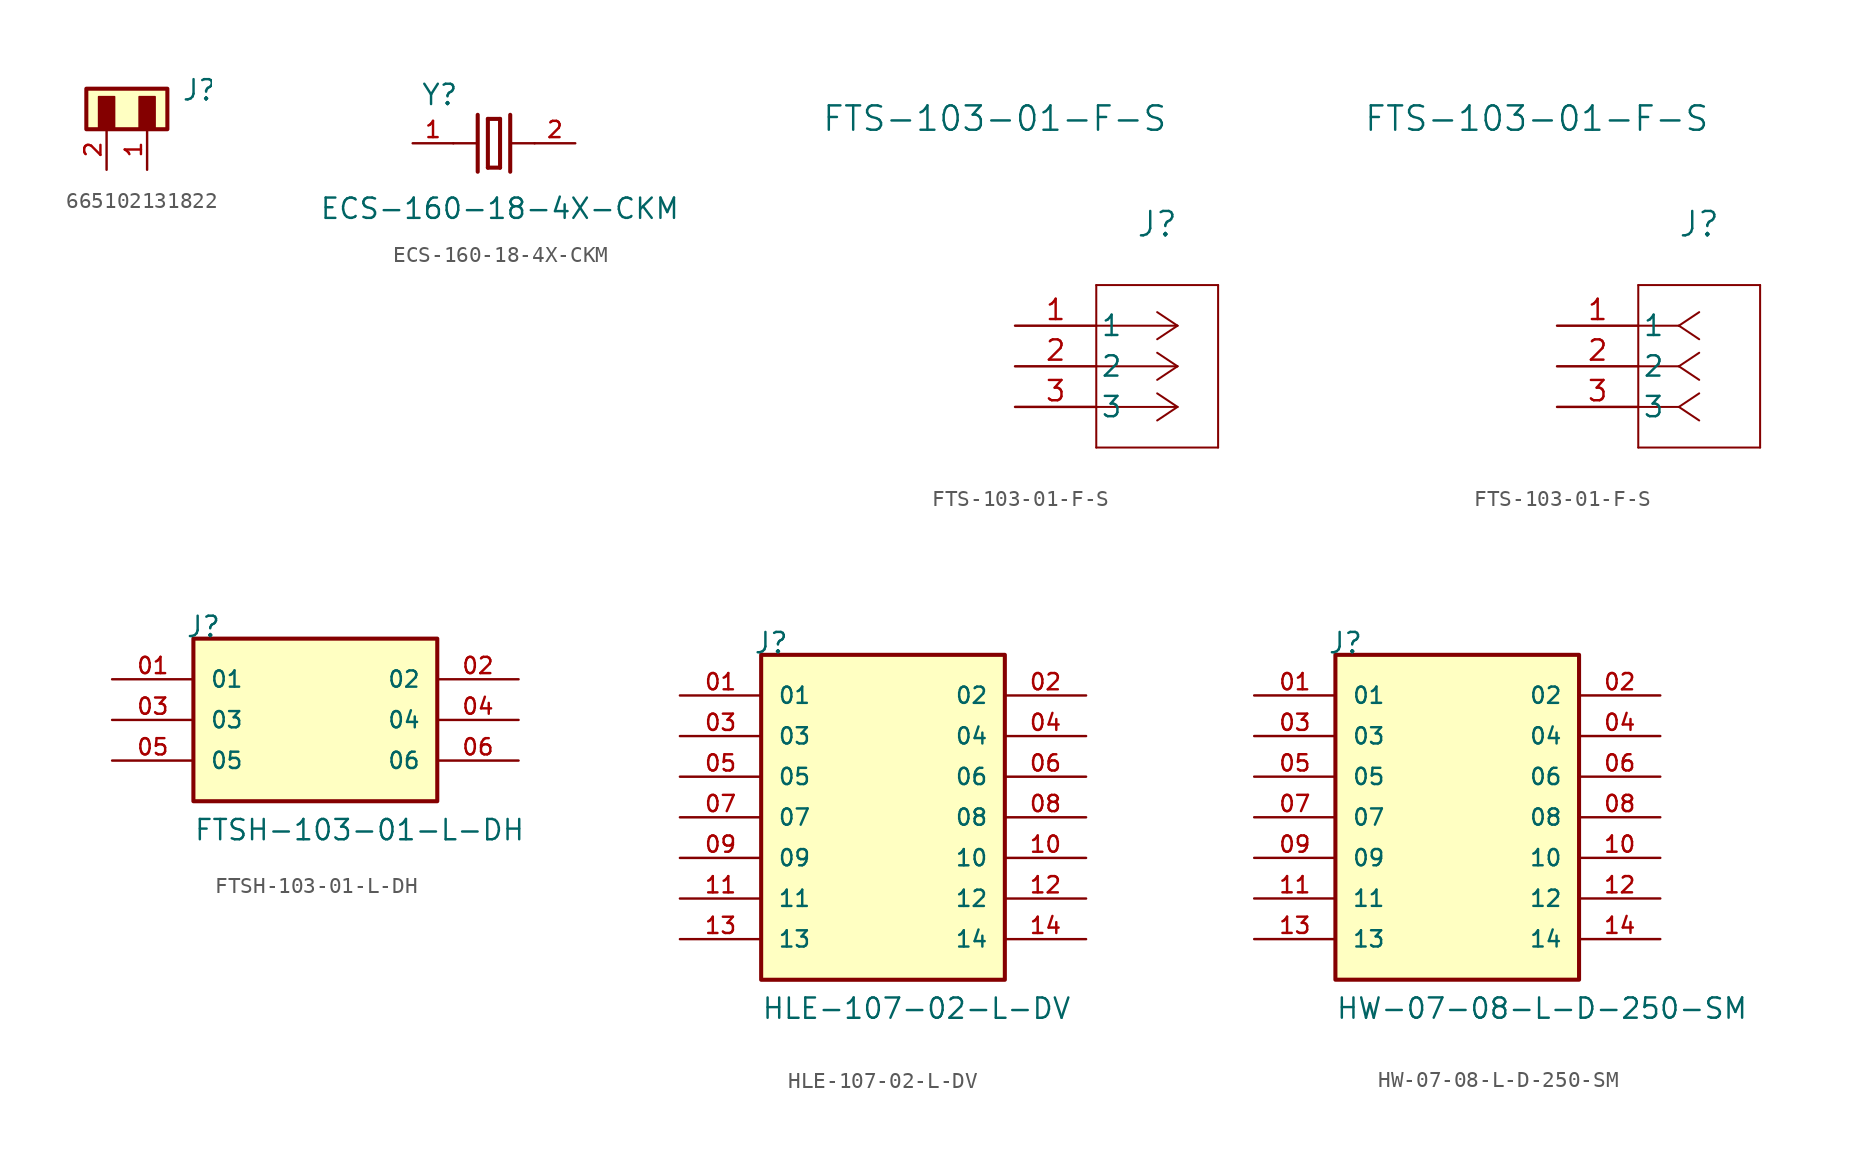
<source format=kicad_sym>
(kicad_symbol_lib
  (version 20231120)
  (generator "kicad_symbol_editor")
  (generator_version "8.0")
  (symbol "665102131822"
    (pin_names
      (offset 1.016))
    (property "Reference" "J"
      (at 2.146 -0.832 0)
      (effects (font (size 1.27 1.27)) (justify left bottom)))
    (symbol "665102131822_0_0"
      (rectangle (start -3.81 -2.54) (end 1.27 0) (stroke (width 0.254) (type default)) (fill (type background)))
      (rectangle (start -3.04 -2.5) (end -2.04 -0.5) (stroke (width 0.1) (type default)) (fill (type outline)))
      (rectangle (start -0.5 -2.5) (end 0.5 -0.5) (stroke (width 0.1) (type default)) (fill (type outline)))
      (pin passive line (at 0 -5.08 90) (length 2.54) (name "~" (effects (font (size 1.016 1.016)))) (number "1" (effects (font (size 1.016 1.016)))))
      (pin passive line (at -2.54 -5.08 90) (length 2.54) (name "~" (effects (font (size 1.016 1.016)))) (number "2" (effects (font (size 1.016 1.016)))))))
  (symbol "ECS-160-18-4X-CKM"
    (pin_names
      (offset 1.016))
    (property "Reference" "Y"
      (at -4.577 2.288 0)
      (effects (font (size 1.27 1.27)) (justify left bottom)))
    (property "Value" "ECS-160-18-4X-CKM"
      (at -10.922 -4.826 0)
      (effects (font (size 1.27 1.27)) (justify left bottom)))
    (symbol "ECS-160-18-4X-CKM_0_0"
      (polyline (pts (xy -2.54 0) (xy -1.016 0)) (stroke (width 0.152) (type default)) (fill (type none)))
      (polyline (pts (xy -1.016 1.778) (xy -1.016 -1.778)) (stroke (width 0.254) (type default)) (fill (type none)))
      (polyline (pts (xy -0.381 -1.524) (xy 0.381 -1.524)) (stroke (width 0.254) (type default)) (fill (type none)))
      (polyline (pts (xy -0.381 1.524) (xy -0.381 -1.524)) (stroke (width 0.254) (type default)) (fill (type none)))
      (polyline (pts (xy 0.381 -1.524) (xy 0.381 1.524)) (stroke (width 0.254) (type default)) (fill (type none)))
      (polyline (pts (xy 0.381 1.524) (xy -0.381 1.524)) (stroke (width 0.254) (type default)) (fill (type none)))
      (polyline (pts (xy 1.016 0) (xy 2.54 0)) (stroke (width 0.152) (type default)) (fill (type none)))
      (polyline (pts (xy 1.016 1.778) (xy 1.016 -1.778)) (stroke (width 0.254) (type default)) (fill (type none)))
      (pin passive line (at -5.08 0 0) (length 2.54) (name "~" (effects (font (size 1.016 1.016)))) (number "1" (effects (font (size 1.016 1.016)))))
      (pin passive line (at 5.08 0 180) (length 2.54) (name "~" (effects (font (size 1.016 1.016)))) (number "2" (effects (font (size 1.016 1.016)))))))
  (symbol "FTS-103-01-F-S"
    (pin_names
      (offset 0.254))
    (property "Reference" "J"
      (at 8.89 6.35 0)
      (effects (font (size 1.524 1.524))))
    (property "Value" "FTS-103-01-F-S"
      (at -1.27 12.954 0)
      (effects (font (size 1.524 1.524))))
    (symbol "FTS-103-01-F-S_1_1"
      (polyline (pts (xy 5.08 -7.62) (xy 12.7 -7.62)) (stroke (width 0.127) (type default)) (fill (type none)))
      (polyline (pts (xy 5.08 2.54) (xy 5.08 -7.62)) (stroke (width 0.127) (type default)) (fill (type none)))
      (polyline (pts (xy 10.16 -5.08) (xy 5.08 -5.08)) (stroke (width 0.127) (type default)) (fill (type none)))
      (polyline (pts (xy 10.16 -5.08) (xy 8.89 -5.927)) (stroke (width 0.127) (type default)) (fill (type none)))
      (polyline (pts (xy 10.16 -5.08) (xy 8.89 -4.233)) (stroke (width 0.127) (type default)) (fill (type none)))
      (polyline (pts (xy 10.16 -2.54) (xy 5.08 -2.54)) (stroke (width 0.127) (type default)) (fill (type none)))
      (polyline (pts (xy 10.16 -2.54) (xy 8.89 -3.387)) (stroke (width 0.127) (type default)) (fill (type none)))
      (polyline (pts (xy 10.16 -2.54) (xy 8.89 -1.693)) (stroke (width 0.127) (type default)) (fill (type none)))
      (polyline (pts (xy 10.16 0) (xy 5.08 0)) (stroke (width 0.127) (type default)) (fill (type none)))
      (polyline (pts (xy 10.16 0) (xy 8.89 -0.847)) (stroke (width 0.127) (type default)) (fill (type none)))
      (polyline (pts (xy 10.16 0) (xy 8.89 0.847)) (stroke (width 0.127) (type default)) (fill (type none)))
      (polyline (pts (xy 12.7 -7.62) (xy 12.7 2.54)) (stroke (width 0.127) (type default)) (fill (type none)))
      (polyline (pts (xy 12.7 2.54) (xy 5.08 2.54)) (stroke (width 0.127) (type default)) (fill (type none)))
      (pin unspecified line (at 0 0 0) (length 5.08) (name "1" (effects (font (size 1.27 1.27)))) (number "1" (effects (font (size 1.27 1.27)))))
      (pin unspecified line (at 0 -2.54 0) (length 5.08) (name "2" (effects (font (size 1.27 1.27)))) (number "2" (effects (font (size 1.27 1.27)))))
      (pin unspecified line (at 0 -5.08 0) (length 5.08) (name "3" (effects (font (size 1.27 1.27)))) (number "3" (effects (font (size 1.27 1.27))))))
    (symbol "FTS-103-01-F-S_1_2"
      (polyline (pts (xy 5.08 -7.62) (xy 12.7 -7.62)) (stroke (width 0.127) (type default)) (fill (type none)))
      (polyline (pts (xy 5.08 2.54) (xy 5.08 -7.62)) (stroke (width 0.127) (type default)) (fill (type none)))
      (polyline (pts (xy 7.62 -5.08) (xy 5.08 -5.08)) (stroke (width 0.127) (type default)) (fill (type none)))
      (polyline (pts (xy 7.62 -5.08) (xy 8.89 -5.927)) (stroke (width 0.127) (type default)) (fill (type none)))
      (polyline (pts (xy 7.62 -5.08) (xy 8.89 -4.233)) (stroke (width 0.127) (type default)) (fill (type none)))
      (polyline (pts (xy 7.62 -2.54) (xy 5.08 -2.54)) (stroke (width 0.127) (type default)) (fill (type none)))
      (polyline (pts (xy 7.62 -2.54) (xy 8.89 -3.387)) (stroke (width 0.127) (type default)) (fill (type none)))
      (polyline (pts (xy 7.62 -2.54) (xy 8.89 -1.693)) (stroke (width 0.127) (type default)) (fill (type none)))
      (polyline (pts (xy 7.62 0) (xy 5.08 0)) (stroke (width 0.127) (type default)) (fill (type none)))
      (polyline (pts (xy 7.62 0) (xy 8.89 -0.847)) (stroke (width 0.127) (type default)) (fill (type none)))
      (polyline (pts (xy 7.62 0) (xy 8.89 0.847)) (stroke (width 0.127) (type default)) (fill (type none)))
      (polyline (pts (xy 12.7 -7.62) (xy 12.7 2.54)) (stroke (width 0.127) (type default)) (fill (type none)))
      (polyline (pts (xy 12.7 2.54) (xy 5.08 2.54)) (stroke (width 0.127) (type default)) (fill (type none)))
      (pin unspecified line (at 0 0 0) (length 5.08) (name "1" (effects (font (size 1.27 1.27)))) (number "1" (effects (font (size 1.27 1.27)))))
      (pin unspecified line (at 0 -2.54 0) (length 5.08) (name "2" (effects (font (size 1.27 1.27)))) (number "2" (effects (font (size 1.27 1.27)))))
      (pin unspecified line (at 0 -5.08 0) (length 5.08) (name "3" (effects (font (size 1.27 1.27)))) (number "3" (effects (font (size 1.27 1.27)))))))
  (symbol "FTSH-103-01-L-DH"
    (pin_names
      (offset 1.016))
    (property "Reference" "J"
      (at -8.12 5.08 0)
      (effects (font (size 1.27 1.27)) (justify left bottom)))
    (property "Value" "FTSH-103-01-L-DH"
      (at -7.62 -7.62 0)
      (effects (font (size 1.27 1.27)) (justify left bottom)))
    (symbol "FTSH-103-01-L-DH_0_0"
      (rectangle (start -7.62 -5.08) (end 7.62 5.08) (stroke (width 0.254) (type default)) (fill (type background)))
      (pin passive line (at -12.7 2.54 0) (length 5.08) (name "01" (effects (font (size 1.016 1.016)))) (number "01" (effects (font (size 1.016 1.016)))))
      (pin passive line (at 12.7 2.54 180) (length 5.08) (name "02" (effects (font (size 1.016 1.016)))) (number "02" (effects (font (size 1.016 1.016)))))
      (pin passive line (at -12.7 0 0) (length 5.08) (name "03" (effects (font (size 1.016 1.016)))) (number "03" (effects (font (size 1.016 1.016)))))
      (pin passive line (at 12.7 0 180) (length 5.08) (name "04" (effects (font (size 1.016 1.016)))) (number "04" (effects (font (size 1.016 1.016)))))
      (pin passive line (at -12.7 -2.54 0) (length 5.08) (name "05" (effects (font (size 1.016 1.016)))) (number "05" (effects (font (size 1.016 1.016)))))
      (pin passive line (at 12.7 -2.54 180) (length 5.08) (name "06" (effects (font (size 1.016 1.016)))) (number "06" (effects (font (size 1.016 1.016)))))))
  (symbol "HLE-107-02-L-DV"
    (pin_names
      (offset 1.016))
    (property "Reference" "J"
      (at -8.12 10.16 0)
      (effects (font (size 1.27 1.27)) (justify left bottom)))
    (property "Value" "HLE-107-02-L-DV"
      (at -7.62 -12.7 0)
      (effects (font (size 1.27 1.27)) (justify left bottom)))
    (symbol "HLE-107-02-L-DV_0_0"
      (rectangle (start -7.62 -10.16) (end 7.62 10.16) (stroke (width 0.254) (type default)) (fill (type background)))
      (pin passive line (at -12.7 7.62 0) (length 5.08) (name "01" (effects (font (size 1.016 1.016)))) (number "01" (effects (font (size 1.016 1.016)))))
      (pin passive line (at 12.7 7.62 180) (length 5.08) (name "02" (effects (font (size 1.016 1.016)))) (number "02" (effects (font (size 1.016 1.016)))))
      (pin passive line (at -12.7 5.08 0) (length 5.08) (name "03" (effects (font (size 1.016 1.016)))) (number "03" (effects (font (size 1.016 1.016)))))
      (pin passive line (at 12.7 5.08 180) (length 5.08) (name "04" (effects (font (size 1.016 1.016)))) (number "04" (effects (font (size 1.016 1.016)))))
      (pin passive line (at -12.7 2.54 0) (length 5.08) (name "05" (effects (font (size 1.016 1.016)))) (number "05" (effects (font (size 1.016 1.016)))))
      (pin passive line (at 12.7 2.54 180) (length 5.08) (name "06" (effects (font (size 1.016 1.016)))) (number "06" (effects (font (size 1.016 1.016)))))
      (pin passive line (at -12.7 0 0) (length 5.08) (name "07" (effects (font (size 1.016 1.016)))) (number "07" (effects (font (size 1.016 1.016)))))
      (pin passive line (at 12.7 0 180) (length 5.08) (name "08" (effects (font (size 1.016 1.016)))) (number "08" (effects (font (size 1.016 1.016)))))
      (pin passive line (at -12.7 -2.54 0) (length 5.08) (name "09" (effects (font (size 1.016 1.016)))) (number "09" (effects (font (size 1.016 1.016)))))
      (pin passive line (at 12.7 -2.54 180) (length 5.08) (name "10" (effects (font (size 1.016 1.016)))) (number "10" (effects (font (size 1.016 1.016)))))
      (pin passive line (at -12.7 -5.08 0) (length 5.08) (name "11" (effects (font (size 1.016 1.016)))) (number "11" (effects (font (size 1.016 1.016)))))
      (pin passive line (at 12.7 -5.08 180) (length 5.08) (name "12" (effects (font (size 1.016 1.016)))) (number "12" (effects (font (size 1.016 1.016)))))
      (pin passive line (at -12.7 -7.62 0) (length 5.08) (name "13" (effects (font (size 1.016 1.016)))) (number "13" (effects (font (size 1.016 1.016)))))
      (pin passive line (at 12.7 -7.62 180) (length 5.08) (name "14" (effects (font (size 1.016 1.016)))) (number "14" (effects (font (size 1.016 1.016)))))))
  (symbol "HW-07-08-L-D-250-SM"
    (pin_names
      (offset 1.016))
    (property "Reference" "J"
      (at -8.12 10.16 0)
      (effects (font (size 1.27 1.27)) (justify left bottom)))
    (property "Value" "HW-07-08-L-D-250-SM"
      (at -7.62 -12.7 0)
      (effects (font (size 1.27 1.27)) (justify left bottom)))
    (symbol "HW-07-08-L-D-250-SM_0_0"
      (rectangle (start -7.62 -10.16) (end 7.62 10.16) (stroke (width 0.254) (type default)) (fill (type background)))
      (pin passive line (at -12.7 7.62 0) (length 5.08) (name "01" (effects (font (size 1.016 1.016)))) (number "01" (effects (font (size 1.016 1.016)))))
      (pin passive line (at 12.7 7.62 180) (length 5.08) (name "02" (effects (font (size 1.016 1.016)))) (number "02" (effects (font (size 1.016 1.016)))))
      (pin passive line (at -12.7 5.08 0) (length 5.08) (name "03" (effects (font (size 1.016 1.016)))) (number "03" (effects (font (size 1.016 1.016)))))
      (pin passive line (at 12.7 5.08 180) (length 5.08) (name "04" (effects (font (size 1.016 1.016)))) (number "04" (effects (font (size 1.016 1.016)))))
      (pin passive line (at -12.7 2.54 0) (length 5.08) (name "05" (effects (font (size 1.016 1.016)))) (number "05" (effects (font (size 1.016 1.016)))))
      (pin passive line (at 12.7 2.54 180) (length 5.08) (name "06" (effects (font (size 1.016 1.016)))) (number "06" (effects (font (size 1.016 1.016)))))
      (pin passive line (at -12.7 0 0) (length 5.08) (name "07" (effects (font (size 1.016 1.016)))) (number "07" (effects (font (size 1.016 1.016)))))
      (pin passive line (at 12.7 0 180) (length 5.08) (name "08" (effects (font (size 1.016 1.016)))) (number "08" (effects (font (size 1.016 1.016)))))
      (pin passive line (at -12.7 -2.54 0) (length 5.08) (name "09" (effects (font (size 1.016 1.016)))) (number "09" (effects (font (size 1.016 1.016)))))
      (pin passive line (at 12.7 -2.54 180) (length 5.08) (name "10" (effects (font (size 1.016 1.016)))) (number "10" (effects (font (size 1.016 1.016)))))
      (pin passive line (at -12.7 -5.08 0) (length 5.08) (name "11" (effects (font (size 1.016 1.016)))) (number "11" (effects (font (size 1.016 1.016)))))
      (pin passive line (at 12.7 -5.08 180) (length 5.08) (name "12" (effects (font (size 1.016 1.016)))) (number "12" (effects (font (size 1.016 1.016)))))
      (pin passive line (at -12.7 -7.62 0) (length 5.08) (name "13" (effects (font (size 1.016 1.016)))) (number "13" (effects (font (size 1.016 1.016)))))
      (pin passive line (at 12.7 -7.62 180) (length 5.08) (name "14" (effects (font (size 1.016 1.016)))) (number "14" (effects (font (size 1.016 1.016))))))))
</source>
